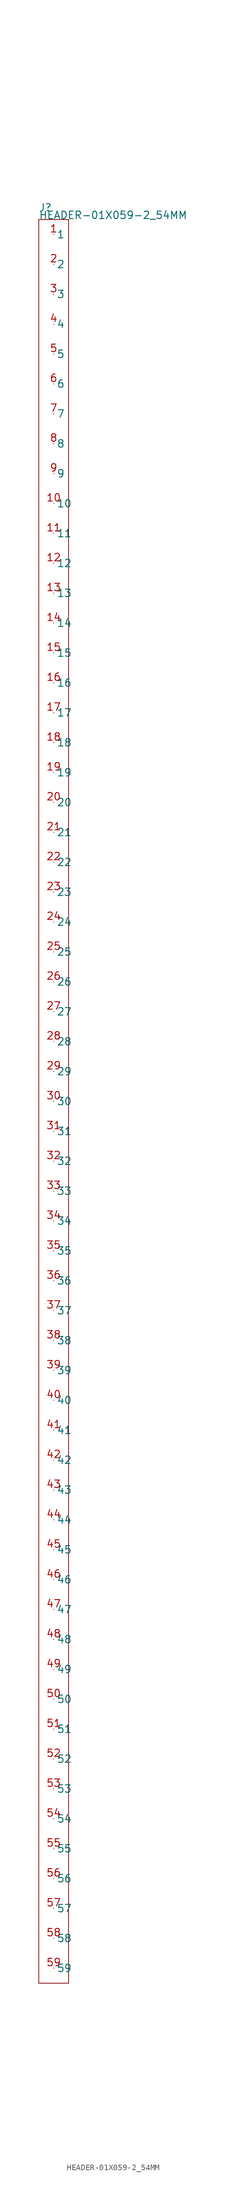
<source format=kicad_sym>
(kicad_symbol_lib
  (version 20211014)
  (generator kicad_symbol_editor)
  (symbol "HEADER-01X059-2_54MM"
    (pin_names)
    (property "Reference" "J"
      (at -2.54 151.13 0)
      (effects (font (size 1.27 1.27)) (justify left bottom)))
    (property "Value" "HEADER-01X059-2_54MM"
      (at -2.54 149.86 0)
      (effects (font (size 1.27 1.27)) (justify left bottom)))
    (property "Datasheet" ""
      (at 0 0 0))
    (property "ki_description" "Header 1x59  - Header Vertical 59POS 2.54MM Technical Specifications: Pitch: 0.1\" (2.54mm) "
      (at 0 0 0))
    (property "ki_fp_filters" "FlashPCB_Connectors:HEADER-THT-01X059-2_54MM FlashPCB_Connectors:HEADER-THT-LONG-01X059-2_54MM FlashPCB_Connectors:HEADER-THT-NOSILK-01X059-2_54MM FlashPCB_Connectors:HEADER-THT-LONG-NOSILK-01X059-2_54MM"
      (at 0 0 0))
    (symbol "HEADER-01X059-2_54MM_1_1"
      (polyline (pts (xy -2.54 149.86) (xy 2.54 149.86)) (stroke (width 0.127)) (fill (type none)))
      (polyline (pts (xy 2.54 149.86) (xy 2.54 -149.86)) (stroke (width 0.127)) (fill (type none)))
      (polyline (pts (xy 2.54 -149.86) (xy -2.54 -149.86)) (stroke (width 0.127)) (fill (type none)))
      (polyline (pts (xy -2.54 -149.86) (xy -2.54 149.86)) (stroke (width 0.127)) (fill (type none)))
      (pin bidirectional line (at 0 147.32 0) (length 0) (name "1" (effects (font (size 1.27 1.27)))) (number "1" (effects (font (size 1.27 1.27)))))
      (pin bidirectional line (at 0 142.24 0) (length 0) (name "2" (effects (font (size 1.27 1.27)))) (number "2" (effects (font (size 1.27 1.27)))))
      (pin bidirectional line (at 0 137.16 0) (length 0) (name "3" (effects (font (size 1.27 1.27)))) (number "3" (effects (font (size 1.27 1.27)))))
      (pin bidirectional line (at 0 132.08 0) (length 0) (name "4" (effects (font (size 1.27 1.27)))) (number "4" (effects (font (size 1.27 1.27)))))
      (pin bidirectional line (at 0 127 0) (length 0) (name "5" (effects (font (size 1.27 1.27)))) (number "5" (effects (font (size 1.27 1.27)))))
      (pin bidirectional line (at 0 121.92 0) (length 0) (name "6" (effects (font (size 1.27 1.27)))) (number "6" (effects (font (size 1.27 1.27)))))
      (pin bidirectional line (at 0 116.84 0) (length 0) (name "7" (effects (font (size 1.27 1.27)))) (number "7" (effects (font (size 1.27 1.27)))))
      (pin bidirectional line (at 0 111.76 0) (length 0) (name "8" (effects (font (size 1.27 1.27)))) (number "8" (effects (font (size 1.27 1.27)))))
      (pin bidirectional line (at 0 106.68 0) (length 0) (name "9" (effects (font (size 1.27 1.27)))) (number "9" (effects (font (size 1.27 1.27)))))
      (pin bidirectional line (at 0 101.6 0) (length 0) (name "10" (effects (font (size 1.27 1.27)))) (number "10" (effects (font (size 1.27 1.27)))))
      (pin bidirectional line (at 0 96.52 0) (length 0) (name "11" (effects (font (size 1.27 1.27)))) (number "11" (effects (font (size 1.27 1.27)))))
      (pin bidirectional line (at 0 91.44 0) (length 0) (name "12" (effects (font (size 1.27 1.27)))) (number "12" (effects (font (size 1.27 1.27)))))
      (pin bidirectional line (at 0 86.36 0) (length 0) (name "13" (effects (font (size 1.27 1.27)))) (number "13" (effects (font (size 1.27 1.27)))))
      (pin bidirectional line (at 0 81.28 0) (length 0) (name "14" (effects (font (size 1.27 1.27)))) (number "14" (effects (font (size 1.27 1.27)))))
      (pin bidirectional line (at 0 76.2 0) (length 0) (name "15" (effects (font (size 1.27 1.27)))) (number "15" (effects (font (size 1.27 1.27)))))
      (pin bidirectional line (at 0 71.12 0) (length 0) (name "16" (effects (font (size 1.27 1.27)))) (number "16" (effects (font (size 1.27 1.27)))))
      (pin bidirectional line (at 0 66.04 0) (length 0) (name "17" (effects (font (size 1.27 1.27)))) (number "17" (effects (font (size 1.27 1.27)))))
      (pin bidirectional line (at 0 60.96 0) (length 0) (name "18" (effects (font (size 1.27 1.27)))) (number "18" (effects (font (size 1.27 1.27)))))
      (pin bidirectional line (at 0 55.88 0) (length 0) (name "19" (effects (font (size 1.27 1.27)))) (number "19" (effects (font (size 1.27 1.27)))))
      (pin bidirectional line (at 0 50.8 0) (length 0) (name "20" (effects (font (size 1.27 1.27)))) (number "20" (effects (font (size 1.27 1.27)))))
      (pin bidirectional line (at 0 45.72 0) (length 0) (name "21" (effects (font (size 1.27 1.27)))) (number "21" (effects (font (size 1.27 1.27)))))
      (pin bidirectional line (at 0 40.64 0) (length 0) (name "22" (effects (font (size 1.27 1.27)))) (number "22" (effects (font (size 1.27 1.27)))))
      (pin bidirectional line (at 0 35.56 0) (length 0) (name "23" (effects (font (size 1.27 1.27)))) (number "23" (effects (font (size 1.27 1.27)))))
      (pin bidirectional line (at 0 30.48 0) (length 0) (name "24" (effects (font (size 1.27 1.27)))) (number "24" (effects (font (size 1.27 1.27)))))
      (pin bidirectional line (at 0 25.4 0) (length 0) (name "25" (effects (font (size 1.27 1.27)))) (number "25" (effects (font (size 1.27 1.27)))))
      (pin bidirectional line (at 0 20.32 0) (length 0) (name "26" (effects (font (size 1.27 1.27)))) (number "26" (effects (font (size 1.27 1.27)))))
      (pin bidirectional line (at 0 15.24 0) (length 0) (name "27" (effects (font (size 1.27 1.27)))) (number "27" (effects (font (size 1.27 1.27)))))
      (pin bidirectional line (at 0 10.16 0) (length 0) (name "28" (effects (font (size 1.27 1.27)))) (number "28" (effects (font (size 1.27 1.27)))))
      (pin bidirectional line (at 0 5.08 0) (length 0) (name "29" (effects (font (size 1.27 1.27)))) (number "29" (effects (font (size 1.27 1.27)))))
      (pin bidirectional line (at 0 0 0) (length 0) (name "30" (effects (font (size 1.27 1.27)))) (number "30" (effects (font (size 1.27 1.27)))))
      (pin bidirectional line (at 0 -5.08 0) (length 0) (name "31" (effects (font (size 1.27 1.27)))) (number "31" (effects (font (size 1.27 1.27)))))
      (pin bidirectional line (at 0 -10.16 0) (length 0) (name "32" (effects (font (size 1.27 1.27)))) (number "32" (effects (font (size 1.27 1.27)))))
      (pin bidirectional line (at 0 -15.24 0) (length 0) (name "33" (effects (font (size 1.27 1.27)))) (number "33" (effects (font (size 1.27 1.27)))))
      (pin bidirectional line (at 0 -20.32 0) (length 0) (name "34" (effects (font (size 1.27 1.27)))) (number "34" (effects (font (size 1.27 1.27)))))
      (pin bidirectional line (at 0 -25.4 0) (length 0) (name "35" (effects (font (size 1.27 1.27)))) (number "35" (effects (font (size 1.27 1.27)))))
      (pin bidirectional line (at 0 -30.48 0) (length 0) (name "36" (effects (font (size 1.27 1.27)))) (number "36" (effects (font (size 1.27 1.27)))))
      (pin bidirectional line (at 0 -35.56 0) (length 0) (name "37" (effects (font (size 1.27 1.27)))) (number "37" (effects (font (size 1.27 1.27)))))
      (pin bidirectional line (at 0 -40.64 0) (length 0) (name "38" (effects (font (size 1.27 1.27)))) (number "38" (effects (font (size 1.27 1.27)))))
      (pin bidirectional line (at 0 -45.72 0) (length 0) (name "39" (effects (font (size 1.27 1.27)))) (number "39" (effects (font (size 1.27 1.27)))))
      (pin bidirectional line (at 0 -50.8 0) (length 0) (name "40" (effects (font (size 1.27 1.27)))) (number "40" (effects (font (size 1.27 1.27)))))
      (pin bidirectional line (at 0 -55.88 0) (length 0) (name "41" (effects (font (size 1.27 1.27)))) (number "41" (effects (font (size 1.27 1.27)))))
      (pin bidirectional line (at 0 -60.96 0) (length 0) (name "42" (effects (font (size 1.27 1.27)))) (number "42" (effects (font (size 1.27 1.27)))))
      (pin bidirectional line (at 0 -66.04 0) (length 0) (name "43" (effects (font (size 1.27 1.27)))) (number "43" (effects (font (size 1.27 1.27)))))
      (pin bidirectional line (at 0 -71.12 0) (length 0) (name "44" (effects (font (size 1.27 1.27)))) (number "44" (effects (font (size 1.27 1.27)))))
      (pin bidirectional line (at 0 -76.2 0) (length 0) (name "45" (effects (font (size 1.27 1.27)))) (number "45" (effects (font (size 1.27 1.27)))))
      (pin bidirectional line (at 0 -81.28 0) (length 0) (name "46" (effects (font (size 1.27 1.27)))) (number "46" (effects (font (size 1.27 1.27)))))
      (pin bidirectional line (at 0 -86.36 0) (length 0) (name "47" (effects (font (size 1.27 1.27)))) (number "47" (effects (font (size 1.27 1.27)))))
      (pin bidirectional line (at 0 -91.44 0) (length 0) (name "48" (effects (font (size 1.27 1.27)))) (number "48" (effects (font (size 1.27 1.27)))))
      (pin bidirectional line (at 0 -96.52 0) (length 0) (name "49" (effects (font (size 1.27 1.27)))) (number "49" (effects (font (size 1.27 1.27)))))
      (pin bidirectional line (at 0 -101.6 0) (length 0) (name "50" (effects (font (size 1.27 1.27)))) (number "50" (effects (font (size 1.27 1.27)))))
      (pin bidirectional line (at 0 -106.68 0) (length 0) (name "51" (effects (font (size 1.27 1.27)))) (number "51" (effects (font (size 1.27 1.27)))))
      (pin bidirectional line (at 0 -111.76 0) (length 0) (name "52" (effects (font (size 1.27 1.27)))) (number "52" (effects (font (size 1.27 1.27)))))
      (pin bidirectional line (at 0 -116.84 0) (length 0) (name "53" (effects (font (size 1.27 1.27)))) (number "53" (effects (font (size 1.27 1.27)))))
      (pin bidirectional line (at 0 -121.92 0) (length 0) (name "54" (effects (font (size 1.27 1.27)))) (number "54" (effects (font (size 1.27 1.27)))))
      (pin bidirectional line (at 0 -127 0) (length 0) (name "55" (effects (font (size 1.27 1.27)))) (number "55" (effects (font (size 1.27 1.27)))))
      (pin bidirectional line (at 0 -132.08 0) (length 0) (name "56" (effects (font (size 1.27 1.27)))) (number "56" (effects (font (size 1.27 1.27)))))
      (pin bidirectional line (at 0 -137.16 0) (length 0) (name "57" (effects (font (size 1.27 1.27)))) (number "57" (effects (font (size 1.27 1.27)))))
      (pin bidirectional line (at 0 -142.24 0) (length 0) (name "58" (effects (font (size 1.27 1.27)))) (number "58" (effects (font (size 1.27 1.27)))))
      (pin bidirectional line (at 0 -147.32 0) (length 0) (name "59" (effects (font (size 1.27 1.27)))) (number "59" (effects (font (size 1.27 1.27))))))))
</source>
